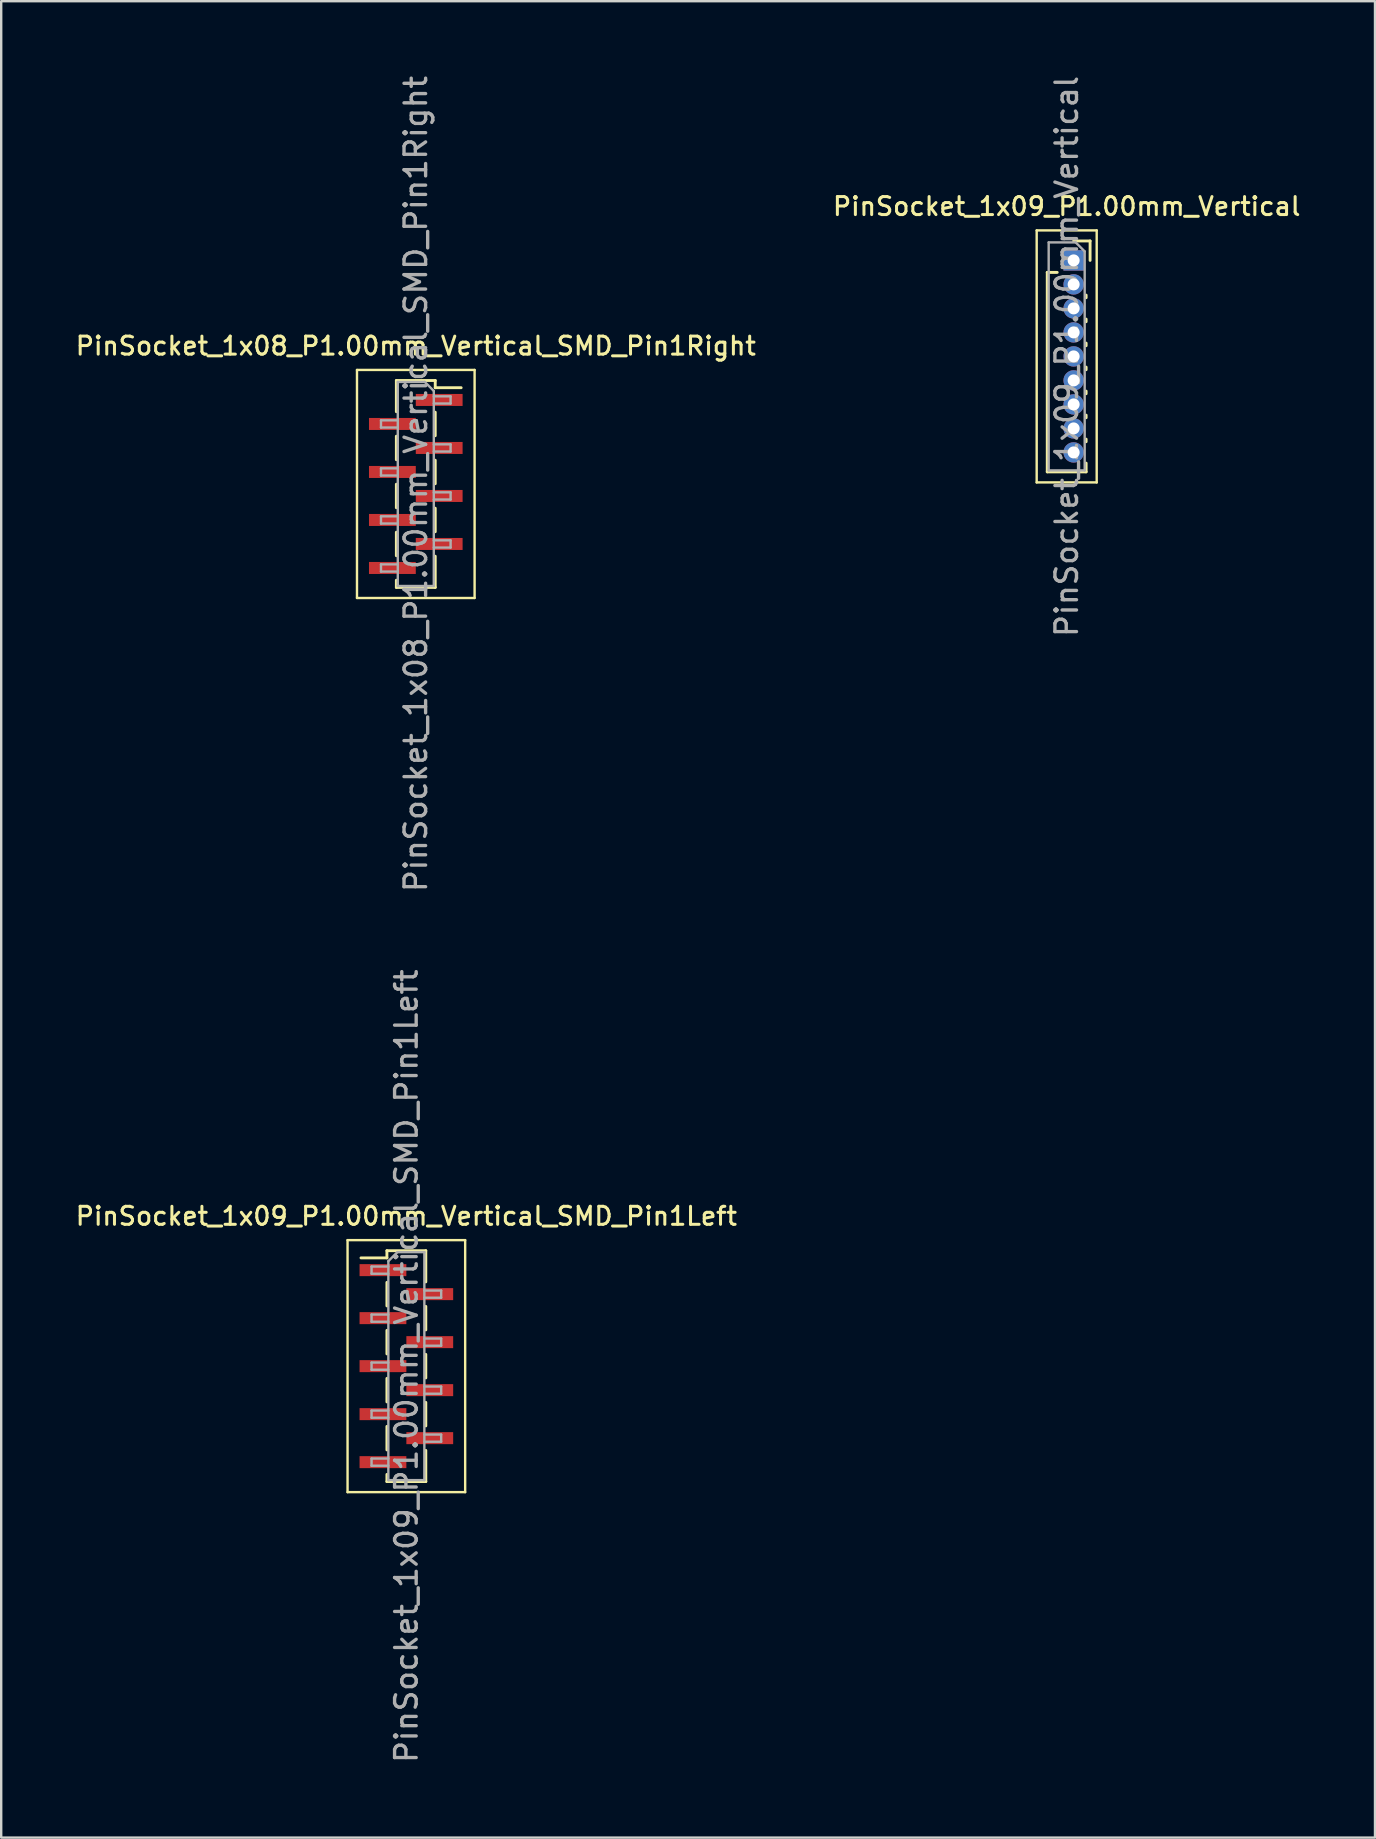
<source format=kicad_pcb>
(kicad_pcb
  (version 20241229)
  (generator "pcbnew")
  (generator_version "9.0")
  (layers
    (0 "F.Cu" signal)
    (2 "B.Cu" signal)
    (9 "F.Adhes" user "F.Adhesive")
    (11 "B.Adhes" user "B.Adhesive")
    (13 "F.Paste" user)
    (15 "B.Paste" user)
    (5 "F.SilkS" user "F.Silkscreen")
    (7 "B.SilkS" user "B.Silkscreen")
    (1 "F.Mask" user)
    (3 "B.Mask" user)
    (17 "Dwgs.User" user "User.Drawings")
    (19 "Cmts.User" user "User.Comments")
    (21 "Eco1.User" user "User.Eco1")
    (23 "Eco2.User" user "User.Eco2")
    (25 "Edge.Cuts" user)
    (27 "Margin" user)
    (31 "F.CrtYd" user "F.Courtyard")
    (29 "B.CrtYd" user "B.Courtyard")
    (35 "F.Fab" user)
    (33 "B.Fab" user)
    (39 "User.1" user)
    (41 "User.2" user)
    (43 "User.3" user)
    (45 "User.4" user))
  (footprint "PinSocket_1x09_P1.00mm_Vertical_SMD_Pin1Left"
    (layer "F.Cu")
    (at 13.88 53.867)
    (property "Reference" "PinSocket_1x09_P1.00mm_Vertical_SMD_Pin1Left" (at 0 -6.25 0) (layer "F.SilkS") (effects (font (size 0.75 0.75) (thickness 0.125))))
    (attr smd)
    (fp_line (start -2.45 -5.25) (end 2.45 -5.25) (stroke (width 0.1) (type solid)) (layer "F.SilkS"))
    (fp_line (start -2.45 5.25) (end -2.45 -5.25) (stroke (width 0.1) (type solid)) (layer "F.SilkS"))
    (fp_line (start -1.89 -4.51) (end -0.81 -4.51) (stroke (width 0.12) (type solid)) (layer "F.SilkS"))
    (fp_line (start -0.81 -4.81) (end -0.81 -4.51) (stroke (width 0.12) (type solid)) (layer "F.SilkS"))
    (fp_line (start -0.81 -4.81) (end 0.81 -4.81) (stroke (width 0.12) (type solid)) (layer "F.SilkS"))
    (fp_line (start -0.81 -3.49) (end -0.81 -2.51) (stroke (width 0.12) (type solid)) (layer "F.SilkS"))
    (fp_line (start -0.81 -1.49) (end -0.81 -0.51) (stroke (width 0.12) (type solid)) (layer "F.SilkS"))
    (fp_line (start -0.81 0.51) (end -0.81 1.49) (stroke (width 0.12) (type solid)) (layer "F.SilkS"))
    (fp_line (start -0.81 2.51) (end -0.81 3.49) (stroke (width 0.12) (type solid)) (layer "F.SilkS"))
    (fp_line (start -0.81 4.51) (end -0.81 4.81) (stroke (width 0.12) (type solid)) (layer "F.SilkS"))
    (fp_line (start -0.81 4.81) (end 0.81 4.81) (stroke (width 0.12) (type solid)) (layer "F.SilkS"))
    (fp_line (start 0.81 -4.81) (end 0.81 -3.51) (stroke (width 0.12) (type solid)) (layer "F.SilkS"))
    (fp_line (start 0.81 -2.49) (end 0.81 -1.51) (stroke (width 0.12) (type solid)) (layer "F.SilkS"))
    (fp_line (start 0.81 -0.49) (end 0.81 0.49) (stroke (width 0.12) (type solid)) (layer "F.SilkS"))
    (fp_line (start 0.81 1.51) (end 0.81 2.49) (stroke (width 0.12) (type solid)) (layer "F.SilkS"))
    (fp_line (start 0.81 3.51) (end 0.81 4.81) (stroke (width 0.12) (type solid)) (layer "F.SilkS"))
    (fp_line (start 2.45 -5.25) (end 2.45 5.25) (stroke (width 0.1) (type solid)) (layer "F.SilkS"))
    (fp_line (start 2.45 5.25) (end -2.45 5.25) (stroke (width 0.1) (type solid)) (layer "F.SilkS"))
    (fp_line (start -1.45 -4.15) (end -0.75 -4.15) (stroke (width 0.1) (type solid)) (layer "F.Fab"))
    (fp_line (start -1.45 -3.85) (end -1.45 -4.15) (stroke (width 0.1) (type solid)) (layer "F.Fab"))
    (fp_line (start -1.45 -2.15) (end -0.75 -2.15) (stroke (width 0.1) (type solid)) (layer "F.Fab"))
    (fp_line (start -1.45 -1.85) (end -1.45 -2.15) (stroke (width 0.1) (type solid)) (layer "F.Fab"))
    (fp_line (start -1.45 -0.15) (end -0.75 -0.15) (stroke (width 0.1) (type solid)) (layer "F.Fab"))
    (fp_line (start -1.45 0.15) (end -1.45 -0.15) (stroke (width 0.1) (type solid)) (layer "F.Fab"))
    (fp_line (start -1.45 1.85) (end -0.75 1.85) (stroke (width 0.1) (type solid)) (layer "F.Fab"))
    (fp_line (start -1.45 2.15) (end -1.45 1.85) (stroke (width 0.1) (type solid)) (layer "F.Fab"))
    (fp_line (start -1.45 3.85) (end -0.75 3.85) (stroke (width 0.1) (type solid)) (layer "F.Fab"))
    (fp_line (start -1.45 4.15) (end -1.45 3.85) (stroke (width 0.1) (type solid)) (layer "F.Fab"))
    (fp_line (start -0.75 -4.375) (end -0.375 -4.75) (stroke (width 0.1) (type solid)) (layer "F.Fab"))
    (fp_line (start -0.75 -3.85) (end -1.45 -3.85) (stroke (width 0.1) (type solid)) (layer "F.Fab"))
    (fp_line (start -0.75 -1.85) (end -1.45 -1.85) (stroke (width 0.1) (type solid)) (layer "F.Fab"))
    (fp_line (start -0.75 0.15) (end -1.45 0.15) (stroke (width 0.1) (type solid)) (layer "F.Fab"))
    (fp_line (start -0.75 2.15) (end -1.45 2.15) (stroke (width 0.1) (type solid)) (layer "F.Fab"))
    (fp_line (start -0.75 4.15) (end -1.45 4.15) (stroke (width 0.1) (type solid)) (layer "F.Fab"))
    (fp_line (start -0.75 4.75) (end -0.75 -4.375) (stroke (width 0.1) (type solid)) (layer "F.Fab"))
    (fp_line (start -0.375 -4.75) (end 0.75 -4.75) (stroke (width 0.1) (type solid)) (layer "F.Fab"))
    (fp_line (start 0.75 -4.75) (end 0.75 4.75) (stroke (width 0.1) (type solid)) (layer "F.Fab"))
    (fp_line (start 0.75 -3.15) (end 1.45 -3.15) (stroke (width 0.1) (type solid)) (layer "F.Fab"))
    (fp_line (start 0.75 -1.15) (end 1.45 -1.15) (stroke (width 0.1) (type solid)) (layer "F.Fab"))
    (fp_line (start 0.75 0.85) (end 1.45 0.85) (stroke (width 0.1) (type solid)) (layer "F.Fab"))
    (fp_line (start 0.75 2.85) (end 1.45 2.85) (stroke (width 0.1) (type solid)) (layer "F.Fab"))
    (fp_line (start 0.75 4.75) (end -0.75 4.75) (stroke (width 0.1) (type solid)) (layer "F.Fab"))
    (fp_line (start 1.45 -3.15) (end 1.45 -2.85) (stroke (width 0.1) (type solid)) (layer "F.Fab"))
    (fp_line (start 1.45 -2.85) (end 0.75 -2.85) (stroke (width 0.1) (type solid)) (layer "F.Fab"))
    (fp_line (start 1.45 -1.15) (end 1.45 -0.85) (stroke (width 0.1) (type solid)) (layer "F.Fab"))
    (fp_line (start 1.45 -0.85) (end 0.75 -0.85) (stroke (width 0.1) (type solid)) (layer "F.Fab"))
    (fp_line (start 1.45 0.85) (end 1.45 1.15) (stroke (width 0.1) (type solid)) (layer "F.Fab"))
    (fp_line (start 1.45 1.15) (end 0.75 1.15) (stroke (width 0.1) (type solid)) (layer "F.Fab"))
    (fp_line (start 1.45 2.85) (end 1.45 3.15) (stroke (width 0.1) (type solid)) (layer "F.Fab"))
    (fp_line (start 1.45 3.15) (end 0.75 3.15) (stroke (width 0.1) (type solid)) (layer "F.Fab"))
    (fp_text user "${REFERENCE}" (at 0 0 90) (layer "F.Fab") (effects (font (size 0.9 0.9) (thickness 0.14))))
    (pad "1" smd rect (at -0.975 -4) (size 1.95 0.5) (layers "F.Cu" "F.Mask" "F.Paste"))
    (pad "2" smd rect (at 0.975 -3) (size 1.95 0.5) (layers "F.Cu" "F.Mask" "F.Paste"))
    (pad "3" smd rect (at -0.975 -2) (size 1.95 0.5) (layers "F.Cu" "F.Mask" "F.Paste"))
    (pad "4" smd rect (at 0.975 -1) (size 1.95 0.5) (layers "F.Cu" "F.Mask" "F.Paste"))
    (pad "5" smd rect (at -0.975 0) (size 1.95 0.5) (layers "F.Cu" "F.Mask" "F.Paste"))
    (pad "6" smd rect (at 0.975 1) (size 1.95 0.5) (layers "F.Cu" "F.Mask" "F.Paste"))
    (pad "7" smd rect (at -0.975 2) (size 1.95 0.5) (layers "F.Cu" "F.Mask" "F.Paste"))
    (pad "8" smd rect (at 0.975 3) (size 1.95 0.5) (layers "F.Cu" "F.Mask" "F.Paste"))
    (pad "9" smd rect (at -0.975 4) (size 1.95 0.5) (layers "F.Cu" "F.Mask" "F.Paste")))
  (footprint "PinSocket_1x08_P1.00mm_Vertical_SMD_Pin1Right"
    (layer "F.Cu")
    (at 14.273 17.113)
    (property "Reference" "PinSocket_1x08_P1.00mm_Vertical_SMD_Pin1Right" (at 0 -5.75 0) (layer "F.SilkS") (effects (font (size 0.75 0.75) (thickness 0.125))))
    (attr smd)
    (fp_line (start -2.45 -4.75) (end 2.45 -4.75) (stroke (width 0.1) (type solid)) (layer "F.SilkS"))
    (fp_line (start -2.45 4.75) (end -2.45 -4.75) (stroke (width 0.1) (type solid)) (layer "F.SilkS"))
    (fp_line (start -0.81 -4.31) (end -0.81 -3.01) (stroke (width 0.12) (type solid)) (layer "F.SilkS"))
    (fp_line (start -0.81 -4.31) (end 0.81 -4.31) (stroke (width 0.12) (type solid)) (layer "F.SilkS"))
    (fp_line (start -0.81 -1.99) (end -0.81 -1.01) (stroke (width 0.12) (type solid)) (layer "F.SilkS"))
    (fp_line (start -0.81 0.01) (end -0.81 0.99) (stroke (width 0.12) (type solid)) (layer "F.SilkS"))
    (fp_line (start -0.81 2.01) (end -0.81 2.99) (stroke (width 0.12) (type solid)) (layer "F.SilkS"))
    (fp_line (start -0.81 4.01) (end -0.81 4.31) (stroke (width 0.12) (type solid)) (layer "F.SilkS"))
    (fp_line (start -0.81 4.31) (end 0.81 4.31) (stroke (width 0.12) (type solid)) (layer "F.SilkS"))
    (fp_line (start 0.81 -4.31) (end 0.81 -4.01) (stroke (width 0.12) (type solid)) (layer "F.SilkS"))
    (fp_line (start 0.81 -4.01) (end 1.89 -4.01) (stroke (width 0.12) (type solid)) (layer "F.SilkS"))
    (fp_line (start 0.81 -2.99) (end 0.81 -2.01) (stroke (width 0.12) (type solid)) (layer "F.SilkS"))
    (fp_line (start 0.81 -0.99) (end 0.81 -0.01) (stroke (width 0.12) (type solid)) (layer "F.SilkS"))
    (fp_line (start 0.81 1.01) (end 0.81 1.99) (stroke (width 0.12) (type solid)) (layer "F.SilkS"))
    (fp_line (start 0.81 3.01) (end 0.81 4.31) (stroke (width 0.12) (type solid)) (layer "F.SilkS"))
    (fp_line (start 2.45 -4.75) (end 2.45 4.75) (stroke (width 0.1) (type solid)) (layer "F.SilkS"))
    (fp_line (start 2.45 4.75) (end -2.45 4.75) (stroke (width 0.1) (type solid)) (layer "F.SilkS"))
    (fp_line (start -1.45 -2.65) (end -0.75 -2.65) (stroke (width 0.1) (type solid)) (layer "F.Fab"))
    (fp_line (start -1.45 -2.35) (end -1.45 -2.65) (stroke (width 0.1) (type solid)) (layer "F.Fab"))
    (fp_line (start -1.45 -0.65) (end -0.75 -0.65) (stroke (width 0.1) (type solid)) (layer "F.Fab"))
    (fp_line (start -1.45 -0.35) (end -1.45 -0.65) (stroke (width 0.1) (type solid)) (layer "F.Fab"))
    (fp_line (start -1.45 1.35) (end -0.75 1.35) (stroke (width 0.1) (type solid)) (layer "F.Fab"))
    (fp_line (start -1.45 1.65) (end -1.45 1.35) (stroke (width 0.1) (type solid)) (layer "F.Fab"))
    (fp_line (start -1.45 3.35) (end -0.75 3.35) (stroke (width 0.1) (type solid)) (layer "F.Fab"))
    (fp_line (start -1.45 3.65) (end -1.45 3.35) (stroke (width 0.1) (type solid)) (layer "F.Fab"))
    (fp_line (start -0.75 -4.25) (end 0.375 -4.25) (stroke (width 0.1) (type solid)) (layer "F.Fab"))
    (fp_line (start -0.75 -2.35) (end -1.45 -2.35) (stroke (width 0.1) (type solid)) (layer "F.Fab"))
    (fp_line (start -0.75 -0.35) (end -1.45 -0.35) (stroke (width 0.1) (type solid)) (layer "F.Fab"))
    (fp_line (start -0.75 1.65) (end -1.45 1.65) (stroke (width 0.1) (type solid)) (layer "F.Fab"))
    (fp_line (start -0.75 3.65) (end -1.45 3.65) (stroke (width 0.1) (type solid)) (layer "F.Fab"))
    (fp_line (start -0.75 4.25) (end -0.75 -4.25) (stroke (width 0.1) (type solid)) (layer "F.Fab"))
    (fp_line (start 0.375 -4.25) (end 0.75 -3.875) (stroke (width 0.1) (type solid)) (layer "F.Fab"))
    (fp_line (start 0.75 -3.875) (end 0.75 4.25) (stroke (width 0.1) (type solid)) (layer "F.Fab"))
    (fp_line (start 0.75 -3.65) (end 1.45 -3.65) (stroke (width 0.1) (type solid)) (layer "F.Fab"))
    (fp_line (start 0.75 -1.65) (end 1.45 -1.65) (stroke (width 0.1) (type solid)) (layer "F.Fab"))
    (fp_line (start 0.75 0.35) (end 1.45 0.35) (stroke (width 0.1) (type solid)) (layer "F.Fab"))
    (fp_line (start 0.75 2.35) (end 1.45 2.35) (stroke (width 0.1) (type solid)) (layer "F.Fab"))
    (fp_line (start 0.75 4.25) (end -0.75 4.25) (stroke (width 0.1) (type solid)) (layer "F.Fab"))
    (fp_line (start 1.45 -3.65) (end 1.45 -3.35) (stroke (width 0.1) (type solid)) (layer "F.Fab"))
    (fp_line (start 1.45 -3.35) (end 0.75 -3.35) (stroke (width 0.1) (type solid)) (layer "F.Fab"))
    (fp_line (start 1.45 -1.65) (end 1.45 -1.35) (stroke (width 0.1) (type solid)) (layer "F.Fab"))
    (fp_line (start 1.45 -1.35) (end 0.75 -1.35) (stroke (width 0.1) (type solid)) (layer "F.Fab"))
    (fp_line (start 1.45 0.35) (end 1.45 0.65) (stroke (width 0.1) (type solid)) (layer "F.Fab"))
    (fp_line (start 1.45 0.65) (end 0.75 0.65) (stroke (width 0.1) (type solid)) (layer "F.Fab"))
    (fp_line (start 1.45 2.35) (end 1.45 2.65) (stroke (width 0.1) (type solid)) (layer "F.Fab"))
    (fp_line (start 1.45 2.65) (end 0.75 2.65) (stroke (width 0.1) (type solid)) (layer "F.Fab"))
    (fp_text user "${REFERENCE}" (at 0 0 90) (layer "F.Fab") (effects (font (size 0.9 0.9) (thickness 0.14))))
    (pad "1" smd rect (at 0.975 -3.5) (size 1.95 0.5) (layers "F.Cu" "F.Mask" "F.Paste"))
    (pad "2" smd rect (at -0.975 -2.5) (size 1.95 0.5) (layers "F.Cu" "F.Mask" "F.Paste"))
    (pad "3" smd rect (at 0.975 -1.5) (size 1.95 0.5) (layers "F.Cu" "F.Mask" "F.Paste"))
    (pad "4" smd rect (at -0.975 -0.5) (size 1.95 0.5) (layers "F.Cu" "F.Mask" "F.Paste"))
    (pad "5" smd rect (at 0.975 0.5) (size 1.95 0.5) (layers "F.Cu" "F.Mask" "F.Paste"))
    (pad "6" smd rect (at -0.975 1.5) (size 1.95 0.5) (layers "F.Cu" "F.Mask" "F.Paste"))
    (pad "7" smd rect (at 0.975 2.5) (size 1.95 0.5) (layers "F.Cu" "F.Mask" "F.Paste"))
    (pad "8" smd rect (at -0.975 3.5) (size 1.95 0.5) (layers "F.Cu" "F.Mask" "F.Paste")))
  (footprint "PinSocket_1x09_P1.00mm_Vertical"
    (layer "F.Cu")
    (at 41.681 7.799)
    (property "Reference" "PinSocket_1x09_P1.00mm_Vertical" (at -0.29 -2.25 0) (layer "F.SilkS") (effects (font (size 0.75 0.75) (thickness 0.125))))
    (attr through_hole)
    (fp_line (start -1.54 -1.25) (end 0.96 -1.25) (stroke (width 0.1) (type solid)) (layer "F.SilkS"))
    (fp_line (start -1.54 9.25) (end -1.54 -1.25) (stroke (width 0.1) (type solid)) (layer "F.SilkS"))
    (fp_line (start -1.1 0.5) (end -1.1 8.81) (stroke (width 0.12) (type solid)) (layer "F.SilkS"))
    (fp_line (start -1.1 0.5) (end -0.685 0.5) (stroke (width 0.12) (type solid)) (layer "F.SilkS"))
    (fp_line (start -1.1 8.81) (end 0.52 8.81) (stroke (width 0.12) (type solid)) (layer "F.SilkS"))
    (fp_line (start 0 -0.81) (end 0.685 -0.81) (stroke (width 0.12) (type solid)) (layer "F.SilkS"))
    (fp_line (start 0.52 1.446) (end 0.52 1.554) (stroke (width 0.12) (type solid)) (layer "F.SilkS"))
    (fp_line (start 0.52 2.446) (end 0.52 2.554) (stroke (width 0.12) (type solid)) (layer "F.SilkS"))
    (fp_line (start 0.52 3.446) (end 0.52 3.554) (stroke (width 0.12) (type solid)) (layer "F.SilkS"))
    (fp_line (start 0.52 4.446) (end 0.52 4.554) (stroke (width 0.12) (type solid)) (layer "F.SilkS"))
    (fp_line (start 0.52 5.446) (end 0.52 5.554) (stroke (width 0.12) (type solid)) (layer "F.SilkS"))
    (fp_line (start 0.52 6.446) (end 0.52 6.554) (stroke (width 0.12) (type solid)) (layer "F.SilkS"))
    (fp_line (start 0.52 7.446) (end 0.52 7.554) (stroke (width 0.12) (type solid)) (layer "F.SilkS"))
    (fp_line (start 0.52 8.446) (end 0.52 8.81) (stroke (width 0.12) (type solid)) (layer "F.SilkS"))
    (fp_line (start 0.685 -0.81) (end 0.685 0) (stroke (width 0.12) (type solid)) (layer "F.SilkS"))
    (fp_line (start 0.96 -1.25) (end 0.96 9.25) (stroke (width 0.1) (type solid)) (layer "F.SilkS"))
    (fp_line (start 0.96 9.25) (end -1.54 9.25) (stroke (width 0.1) (type solid)) (layer "F.SilkS"))
    (fp_line (start -1.04 -0.75) (end 0.085 -0.75) (stroke (width 0.1) (type solid)) (layer "F.Fab"))
    (fp_line (start -1.04 8.75) (end -1.04 -0.75) (stroke (width 0.1) (type solid)) (layer "F.Fab"))
    (fp_line (start 0.085 -0.75) (end 0.46 -0.375) (stroke (width 0.1) (type solid)) (layer "F.Fab"))
    (fp_line (start 0.46 -0.375) (end 0.46 8.75) (stroke (width 0.1) (type solid)) (layer "F.Fab"))
    (fp_line (start 0.46 8.75) (end -1.04 8.75) (stroke (width 0.1) (type solid)) (layer "F.Fab"))
    (fp_text user "${REFERENCE}" (at -0.29 4 90) (layer "F.Fab") (effects (font (size 0.9 0.9) (thickness 0.14))))
    (pad "1" thru_hole rect (at 0 0) (size 0.85 0.85) (drill 0.5) (layers "*.Cu" "*.Mask"))
    (pad "2" thru_hole oval (at 0 1) (size 0.85 0.85) (drill 0.5) (layers "*.Cu" "*.Mask"))
    (pad "3" thru_hole oval (at 0 2) (size 0.85 0.85) (drill 0.5) (layers "*.Cu" "*.Mask"))
    (pad "4" thru_hole oval (at 0 3) (size 0.85 0.85) (drill 0.5) (layers "*.Cu" "*.Mask"))
    (pad "5" thru_hole oval (at 0 4) (size 0.85 0.85) (drill 0.5) (layers "*.Cu" "*.Mask"))
    (pad "6" thru_hole oval (at 0 5) (size 0.85 0.85) (drill 0.5) (layers "*.Cu" "*.Mask"))
    (pad "7" thru_hole oval (at 0 6) (size 0.85 0.85) (drill 0.5) (layers "*.Cu" "*.Mask"))
    (pad "8" thru_hole oval (at 0 7) (size 0.85 0.85) (drill 0.5) (layers "*.Cu" "*.Mask"))
    (pad "9" thru_hole oval (at 0 8) (size 0.85 0.85) (drill 0.5) (layers "*.Cu" "*.Mask")))
  (gr_rect
    (start -3 -3)
    (end 54.236 73.509)
    (stroke (width 0.1) (type default))
    (fill no)
    (layer "Edge.Cuts")))
</source>
